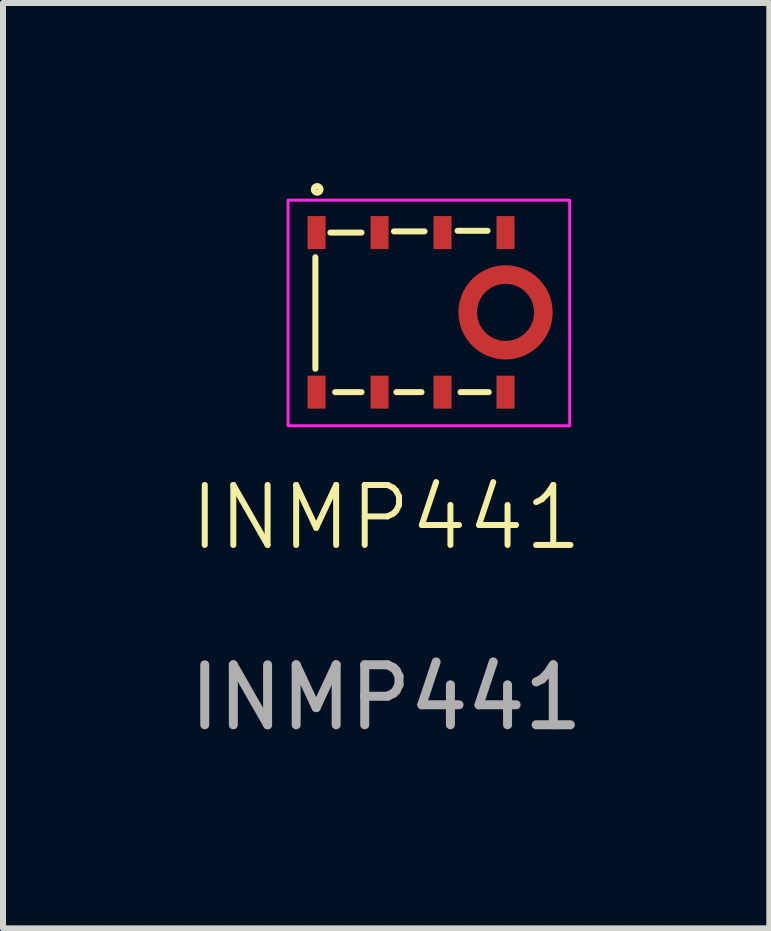
<source format=kicad_pcb>
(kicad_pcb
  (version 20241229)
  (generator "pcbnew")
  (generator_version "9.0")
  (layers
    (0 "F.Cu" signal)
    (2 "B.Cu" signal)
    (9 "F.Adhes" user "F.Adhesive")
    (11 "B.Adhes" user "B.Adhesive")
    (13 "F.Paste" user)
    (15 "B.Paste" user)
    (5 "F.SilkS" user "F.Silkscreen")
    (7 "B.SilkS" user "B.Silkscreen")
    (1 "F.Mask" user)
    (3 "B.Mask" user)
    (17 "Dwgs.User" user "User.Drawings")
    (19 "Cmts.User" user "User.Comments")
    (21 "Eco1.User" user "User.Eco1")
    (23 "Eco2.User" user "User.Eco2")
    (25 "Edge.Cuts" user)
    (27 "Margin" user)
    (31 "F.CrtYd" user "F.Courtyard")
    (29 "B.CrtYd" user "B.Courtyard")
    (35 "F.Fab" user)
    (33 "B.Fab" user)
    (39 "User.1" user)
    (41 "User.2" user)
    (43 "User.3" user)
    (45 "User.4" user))
  (footprint "INMP441"
    (layer "F.Cu")
    (at 5.377 3.487)
    (property "Reference" "INMP441" (at -1.99 2.09 0) (unlocked yes) (layer "F.SilkS") (effects (font (size 1 1) (thickness 0.1))))
    (attr smd)
    (fp_line (start -3.17 -2.25) (end -3.17 -0.39) (stroke (width 0.1) (type default)) (layer "F.SilkS"))
    (fp_line (start -2.92 -2.66) (end -2.4 -2.66) (stroke (width 0.1) (type default)) (layer "F.SilkS"))
    (fp_line (start -2.84 0) (end -2.4 0) (stroke (width 0.1) (type default)) (layer "F.SilkS"))
    (fp_line (start -1.86 -2.68) (end -1.35 -2.68) (stroke (width 0.1) (type default)) (layer "F.SilkS"))
    (fp_line (start -1.82 0) (end -1.4 0) (stroke (width 0.1) (type default)) (layer "F.SilkS"))
    (fp_line (start -0.8 -2.69) (end -0.3 -2.69) (stroke (width 0.1) (type default)) (layer "F.SilkS"))
    (fp_line (start -0.75 0) (end -0.28 0) (stroke (width 0.1) (type default)) (layer "F.SilkS"))
    (fp_circle (center -3.14 -3.38) (end -3.1 -3.34) (stroke (width 0.1) (type default)) (fill no) (layer "F.SilkS"))
    (fp_poly (pts (xy -0.373 -1.693) (xy -0.393 -1.673) (xy -0.409 -1.654) (xy -0.424 -1.635) (xy -0.438 -1.616) (xy -0.451 -1.595) (xy -0.463 -1.575) (xy -0.475 -1.553) (xy -0.485 -1.531) (xy -0.494 -1.509) (xy -0.502 -1.486) (xy -0.509 -1.463) (xy -0.515 -1.439) (xy -0.52 -1.416) (xy -0.524 -1.392) (xy -0.527 -1.368) (xy -0.528 -1.344) (xy -0.529 -1.32) (xy -0.528 -1.295) (xy -0.526 -1.271) (xy -0.523 -1.247) (xy -0.519 -1.223) (xy -0.514 -1.2) (xy -0.508 -1.176) (xy -0.5 -1.153) (xy -0.492 -1.131) (xy -0.482 -1.108) (xy -0.472 -1.087) (xy -0.461 -1.065) (xy -0.448 -1.045) (xy -0.437 -1.028) (xy -0.634 -0.831) (xy -0.656 -0.861) (xy -0.678 -0.893) (xy -0.698 -0.926) (xy -0.716 -0.96) (xy -0.733 -0.995) (xy -0.747 -1.031) (xy -0.761 -1.067) (xy -0.772 -1.104) (xy -0.782 -1.141) (xy -0.79 -1.179) (xy -0.796 -1.217) (xy -0.8 -1.255) (xy -0.802 -1.294) (xy -0.802 -1.332) (xy -0.801 -1.371) (xy -0.798 -1.409) (xy -0.793 -1.447) (xy -0.786 -1.485) (xy -0.777 -1.523) (xy -0.766 -1.56) (xy -0.754 -1.597) (xy -0.74 -1.632) (xy -0.724 -1.668) (xy -0.706 -1.702) (xy -0.687 -1.735) (xy -0.666 -1.768) (xy -0.644 -1.799) (xy -0.62 -1.83) (xy -0.595 -1.859) (xy -0.568 -1.888) (xy -0.539 -1.915) (xy -0.51 -1.94) (xy -0.479 -1.964) (xy -0.448 -1.986) (xy -0.415 -2.007) (xy -0.382 -2.026) (xy -0.348 -2.044) (xy -0.312 -2.06) (xy -0.277 -2.074) (xy -0.24 -2.086) (xy -0.203 -2.097) (xy -0.165 -2.106) (xy -0.127 -2.113) (xy -0.089 -2.118) (xy -0.051 -2.121) (xy -0.012 -2.122) (xy 0.026 -2.122) (xy 0.065 -2.12) (xy 0.103 -2.116) (xy 0.141 -2.11) (xy 0.179 -2.102) (xy 0.216 -2.092) (xy 0.253 -2.081) (xy 0.289 -2.067) (xy 0.325 -2.053) (xy 0.36 -2.036) (xy 0.394 -2.018) (xy 0.427 -1.998) (xy 0.459 -1.976) (xy 0.489 -1.954) (xy 0.292 -1.757) (xy 0.275 -1.768) (xy 0.255 -1.781) (xy 0.233 -1.792) (xy 0.212 -1.802) (xy 0.189 -1.812) (xy 0.167 -1.82) (xy 0.144 -1.828) (xy 0.12 -1.834) (xy 0.097 -1.839) (xy 0.073 -1.843) (xy 0.049 -1.846) (xy 0.025 -1.848) (xy 0 -1.849) (xy -0.024 -1.848) (xy -0.048 -1.847) (xy -0.072 -1.844) (xy -0.096 -1.84) (xy -0.119 -1.835) (xy -0.143 -1.829) (xy -0.166 -1.822) (xy -0.189 -1.814) (xy -0.211 -1.805) (xy -0.233 -1.795) (xy -0.255 -1.783) (xy -0.275 -1.771) (xy -0.296 -1.758) (xy -0.315 -1.744) (xy -0.334 -1.729) (xy -0.353 -1.713) (xy -0.373 -1.693) (xy -0.373 -1.693)) (stroke (width 0.01) (type solid)) (fill yes) (layer "F.Paste"))
    (fp_poly (pts (xy 0.373 -0.957) (xy 0.393 -0.977) (xy 0.409 -0.996) (xy 0.424 -1.015) (xy 0.438 -1.034) (xy 0.451 -1.055) (xy 0.463 -1.075) (xy 0.475 -1.097) (xy 0.485 -1.119) (xy 0.494 -1.141) (xy 0.502 -1.164) (xy 0.509 -1.187) (xy 0.515 -1.211) (xy 0.52 -1.234) (xy 0.524 -1.258) (xy 0.527 -1.282) (xy 0.528 -1.306) (xy 0.529 -1.33) (xy 0.528 -1.355) (xy 0.526 -1.379) (xy 0.523 -1.403) (xy 0.519 -1.427) (xy 0.514 -1.45) (xy 0.508 -1.474) (xy 0.5 -1.497) (xy 0.492 -1.519) (xy 0.482 -1.542) (xy 0.472 -1.563) (xy 0.461 -1.585) (xy 0.448 -1.605) (xy 0.437 -1.622) (xy 0.634 -1.819) (xy 0.656 -1.789) (xy 0.678 -1.757) (xy 0.698 -1.724) (xy 0.716 -1.69) (xy 0.733 -1.655) (xy 0.747 -1.619) (xy 0.761 -1.583) (xy 0.772 -1.546) (xy 0.782 -1.509) (xy 0.79 -1.471) (xy 0.796 -1.433) (xy 0.8 -1.395) (xy 0.802 -1.356) (xy 0.802 -1.318) (xy 0.801 -1.279) (xy 0.798 -1.241) (xy 0.793 -1.203) (xy 0.786 -1.165) (xy 0.777 -1.127) (xy 0.766 -1.09) (xy 0.754 -1.053) (xy 0.74 -1.018) (xy 0.724 -0.982) (xy 0.706 -0.948) (xy 0.687 -0.915) (xy 0.666 -0.882) (xy 0.644 -0.851) (xy 0.62 -0.82) (xy 0.595 -0.791) (xy 0.568 -0.762) (xy 0.539 -0.735) (xy 0.51 -0.71) (xy 0.479 -0.686) (xy 0.448 -0.664) (xy 0.415 -0.643) (xy 0.382 -0.624) (xy 0.348 -0.606) (xy 0.312 -0.59) (xy 0.277 -0.576) (xy 0.24 -0.564) (xy 0.203 -0.553) (xy 0.165 -0.544) (xy 0.127 -0.537) (xy 0.089 -0.532) (xy 0.051 -0.529) (xy 0.012 -0.528) (xy -0.026 -0.528) (xy -0.065 -0.53) (xy -0.103 -0.534) (xy -0.141 -0.54) (xy -0.179 -0.548) (xy -0.216 -0.558) (xy -0.253 -0.569) (xy -0.289 -0.583) (xy -0.325 -0.597) (xy -0.36 -0.614) (xy -0.394 -0.632) (xy -0.427 -0.652) (xy -0.459 -0.674) (xy -0.489 -0.696) (xy -0.292 -0.893) (xy -0.275 -0.882) (xy -0.255 -0.869) (xy -0.233 -0.858) (xy -0.212 -0.848) (xy -0.189 -0.838) (xy -0.167 -0.83) (xy -0.144 -0.822) (xy -0.12 -0.816) (xy -0.097 -0.811) (xy -0.073 -0.807) (xy -0.049 -0.804) (xy -0.025 -0.802) (xy 0 -0.801) (xy 0.024 -0.802) (xy 0.048 -0.803) (xy 0.072 -0.806) (xy 0.096 -0.81) (xy 0.119 -0.815) (xy 0.143 -0.821) (xy 0.166 -0.828) (xy 0.189 -0.836) (xy 0.211 -0.845) (xy 0.233 -0.855) (xy 0.255 -0.867) (xy 0.275 -0.879) (xy 0.296 -0.892) (xy 0.315 -0.906) (xy 0.334 -0.921) (xy 0.353 -0.937) (xy 0.373 -0.957) (xy 0.373 -0.957)) (stroke (width 0.01) (type solid)) (fill yes) (layer "F.Paste"))
    (fp_rect (start -3.625 -3.2) (end 1.07 0.56) (stroke (width 0.05) (type default)) (fill no) (layer "F.CrtYd"))
    (fp_text user "${REFERENCE}" (at -1.99 5.09 0) (unlocked yes) (layer "F.Fab") (effects (font (size 1 1) (thickness 0.15))))
    (pad "1" smd rect (at -3.15 -2.66 90) (size 0.55 0.3) (layers "F.Cu" "F.Mask" "F.Paste"))
    (pad "2" smd rect (at -2.1 -2.66 90) (size 0.55 0.3) (layers "F.Cu" "F.Mask" "F.Paste"))
    (pad "3" smd rect (at -1.05 -2.66 90) (size 0.55 0.3) (layers "F.Cu" "F.Mask" "F.Paste"))
    (pad "4" smd rect (at 0 -2.66 90) (size 0.55 0.3) (layers "F.Cu" "F.Mask" "F.Paste"))
    (pad "5" smd custom (at -0.63 -1.33) (size 0.1 0.1) (layers "F.Cu") (options (anchor rect)) (primitives (gr_poly (pts (xy 1.41 -0.003) (xy 1.11 -0.003) (xy 1.109 -0.026) (xy 1.107 -0.051) (xy 1.104 -0.076) (xy 1.1 -0.101) (xy 1.094 -0.125) (xy 1.087 -0.149) (xy 1.078 -0.173) (xy 1.069 -0.196) (xy 1.058 -0.219) (xy 1.046 -0.241) (xy 1.033 -0.262) (xy 1.019 -0.283) (xy 1.003 -0.303) (xy 0.987 -0.322) (xy 0.97 -0.34) (xy 0.952 -0.357) (xy 0.933 -0.373) (xy 0.913 -0.389) (xy 0.892 -0.403) (xy 0.871 -0.416) (xy 0.849 -0.428) (xy 0.826 -0.439) (xy 0.803 -0.448) (xy 0.779 -0.457) (xy 0.755 -0.464) (xy 0.731 -0.47) (xy 0.706 -0.474) (xy 0.681 -0.477) (xy 0.656 -0.479) (xy 0.63 -0.48) (xy 0.605 -0.479) (xy 0.58 -0.477) (xy 0.555 -0.474) (xy 0.53 -0.47) (xy 0.506 -0.464) (xy 0.482 -0.457) (xy 0.458 -0.448) (xy 0.435 -0.439) (xy 0.412 -0.428) (xy 0.39 -0.416) (xy 0.369 -0.403) (xy 0.348 -0.388) (xy 0.328 -0.373) (xy 0.309 -0.357) (xy 0.291 -0.339) (xy 0.273 -0.321) (xy 0.257 -0.302) (xy 0.242 -0.282) (xy 0.227 -0.261) (xy 0.214 -0.24) (xy 0.202 -0.218) (xy 0.191 -0.195) (xy 0.182 -0.172) (xy 0.173 -0.148) (xy 0.166 -0.124) (xy 0.16 -0.1) (xy 0.156 -0.075) (xy 0.153 -0.05) (xy 0.151 -0.025) (xy 0.15 0) (xy 0.151 0.025) (xy 0.153 0.05) (xy 0.156 0.075) (xy 0.16 0.1) (xy 0.166 0.124) (xy 0.173 0.148) (xy 0.182 0.172) (xy 0.191 0.195) (xy 0.202 0.218) (xy 0.214 0.24) (xy 0.227 0.261) (xy 0.242 0.282) (xy 0.257 0.302) (xy 0.273 0.321) (xy 0.291 0.339) (xy 0.309 0.357) (xy 0.328 0.373) (xy 0.348 0.388) (xy 0.369 0.403) (xy 0.39 0.416) (xy 0.412 0.428) (xy 0.435 0.439) (xy 0.458 0.448) (xy 0.482 0.457) (xy 0.506 0.464) (xy 0.53 0.47) (xy 0.555 0.474) (xy 0.58 0.477) (xy 0.605 0.479) (xy 0.63 0.48) (xy 0.656 0.479) (xy 0.681 0.477) (xy 0.706 0.474) (xy 0.731 0.47) (xy 0.755 0.464) (xy 0.779 0.457) (xy 0.803 0.448) (xy 0.826 0.439) (xy 0.849 0.428) (xy 0.871 0.416) (xy 0.892 0.403) (xy 0.913 0.389) (xy 0.933 0.373) (xy 0.952 0.357) (xy 0.97 0.34) (xy 0.987 0.322) (xy 1.003 0.303) (xy 1.019 0.283) (xy 1.033 0.262) (xy 1.046 0.241) (xy 1.058 0.219) (xy 1.069 0.196) (xy 1.078 0.173) (xy 1.087 0.149) (xy 1.094 0.125) (xy 1.1 0.101) (xy 1.104 0.076) (xy 1.107 0.051) (xy 1.109 0.026) (xy 1.11 0.003) (xy 1.41 0.003) (xy 1.409 0.042) (xy 1.406 0.083) (xy 1.4 0.123) (xy 1.393 0.163) (xy 1.383 0.203) (xy 1.372 0.242) (xy 1.358 0.28) (xy 1.343 0.318) (xy 1.325 0.355) (xy 1.306 0.391) (xy 1.284 0.425) (xy 1.261 0.459) (xy 1.236 0.491) (xy 1.21 0.522) (xy 1.182 0.552) (xy 1.152 0.58) (xy 1.121 0.606) (xy 1.089 0.631) (xy 1.055 0.654) (xy 1.021 0.676) (xy 0.985 0.695) (xy 0.948 0.713) (xy 0.91 0.728) (xy 0.872 0.742) (xy 0.833 0.753) (xy 0.793 0.763) (xy 0.753 0.77) (xy 0.713 0.776) (xy 0.672 0.779) (xy 0.63 0.78) (xy 0.589 0.779) (xy 0.548 0.776) (xy 0.508 0.77) (xy 0.468 0.763) (xy 0.428 0.753) (xy 0.389 0.742) (xy 0.35 0.728) (xy 0.313 0.713) (xy 0.276 0.695) (xy 0.24 0.675) (xy 0.205 0.654) (xy 0.172 0.631) (xy 0.139 0.606) (xy 0.108 0.58) (xy 0.078 0.552) (xy 0.05 0.522) (xy 0.024 0.491) (xy -0.001 0.458) (xy -0.024 0.425) (xy -0.045 0.39) (xy -0.065 0.354) (xy -0.083 0.317) (xy -0.098 0.28) (xy -0.112 0.241) (xy -0.123 0.202) (xy -0.133 0.162) (xy -0.14 0.122) (xy -0.146 0.082) (xy -0.149 0.041) (xy -0.15 0) (xy -0.149 -0.041) (xy -0.146 -0.082) (xy -0.14 -0.122) (xy -0.133 -0.162) (xy -0.123 -0.202) (xy -0.112 -0.241) (xy -0.098 -0.28) (xy -0.083 -0.317) (xy -0.065 -0.354) (xy -0.045 -0.39) (xy -0.024 -0.425) (xy -0.001 -0.458) (xy 0.024 -0.491) (xy 0.05 -0.522) (xy 0.078 -0.552) (xy 0.108 -0.58) (xy 0.139 -0.606) (xy 0.172 -0.631) (xy 0.205 -0.654) (xy 0.24 -0.675) (xy 0.276 -0.695) (xy 0.313 -0.713) (xy 0.35 -0.728) (xy 0.389 -0.742) (xy 0.428 -0.753) (xy 0.468 -0.763) (xy 0.508 -0.77) (xy 0.548 -0.776) (xy 0.589 -0.779) (xy 0.63 -0.78) (xy 0.672 -0.779) (xy 0.713 -0.776) (xy 0.753 -0.77) (xy 0.793 -0.763) (xy 0.833 -0.753) (xy 0.872 -0.742) (xy 0.91 -0.728) (xy 0.948 -0.713) (xy 0.985 -0.695) (xy 1.021 -0.676) (xy 1.055 -0.654) (xy 1.089 -0.631) (xy 1.121 -0.606) (xy 1.152 -0.58) (xy 1.182 -0.552) (xy 1.21 -0.522) (xy 1.236 -0.491) (xy 1.261 -0.459) (xy 1.284 -0.425) (xy 1.306 -0.391) (xy 1.325 -0.355) (xy 1.343 -0.318) (xy 1.358 -0.28) (xy 1.372 -0.242) (xy 1.383 -0.203) (xy 1.393 -0.163) (xy 1.4 -0.123) (xy 1.406 -0.083) (xy 1.409 -0.042) (xy 1.41 -0.003) (xy 1.41 -0.003)) (width 0.01) (fill yes))))
    (pad "7" smd rect (at -1.05 0 90) (size 0.55 0.3) (layers "F.Cu" "F.Mask" "F.Paste"))
    (pad "8" smd rect (at -2.1 0 90) (size 0.55 0.3) (layers "F.Cu" "F.Mask" "F.Paste"))
    (pad "9" smd rect (at -3.15 0 90) (size 0.55 0.3) (layers "F.Cu" "F.Mask" "F.Paste"))
    (pad "9" smd rect (at 0 0 90) (size 0.55 0.3) (layers "F.Cu" "F.Mask" "F.Paste")))
  (gr_rect
    (start -3 -3)
    (end 9.774 12.425)
    (stroke (width 0.1) (type default))
    (fill no)
    (layer "Edge.Cuts")))
</source>
